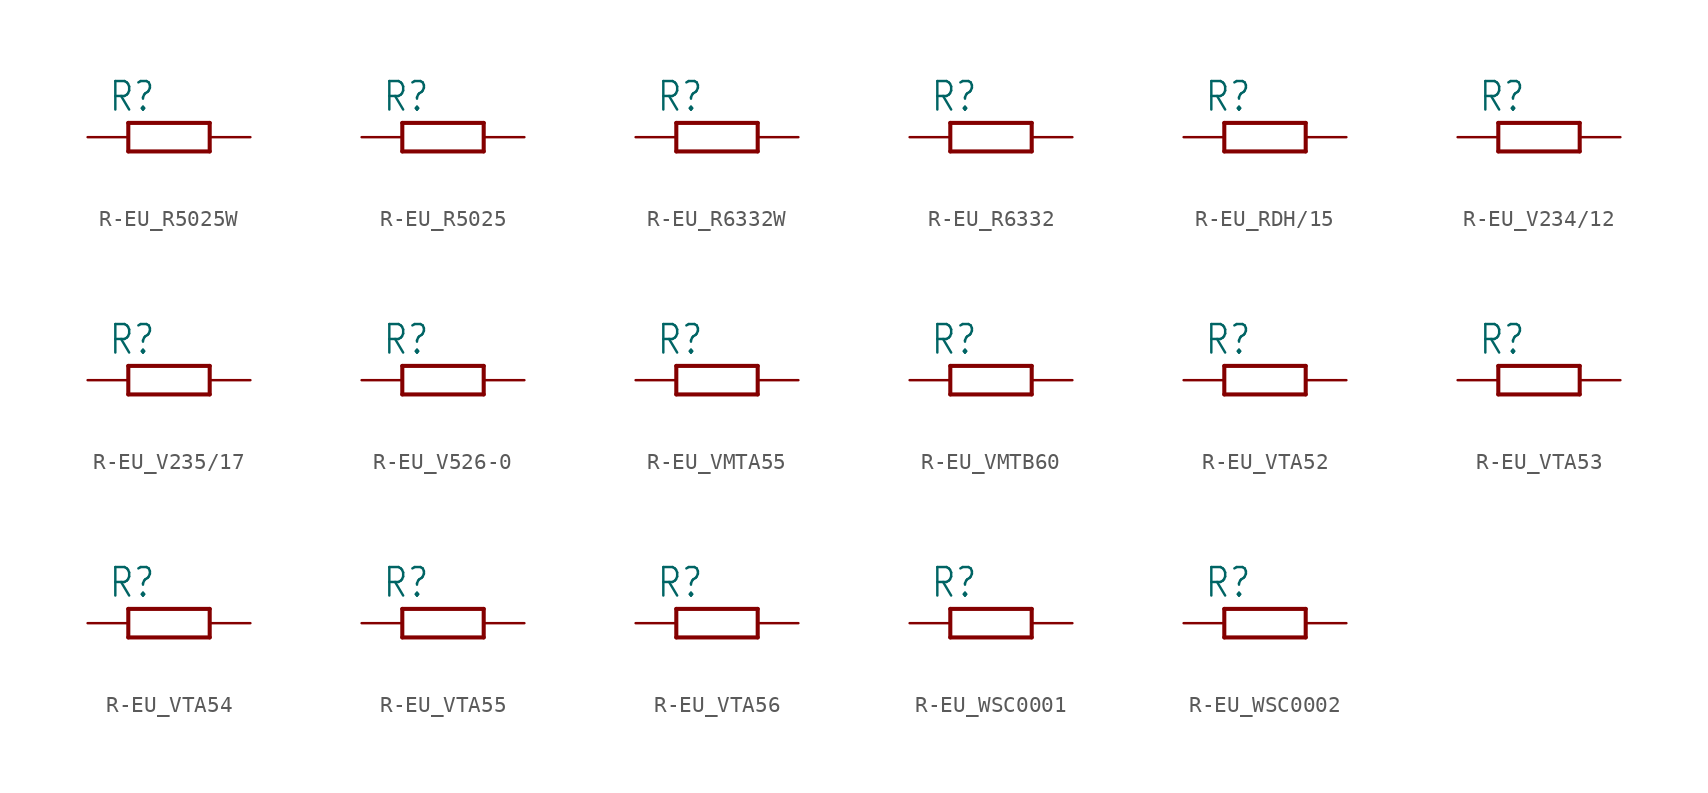
<source format=kicad_sym>
(kicad_symbol_lib
  (version 20231120)
  (generator "kicad_symbol_editor")
  (generator_version "8.0")
  (symbol "R-EU_R5025W"
    (property "Reference" "R"
      (at -3.81 1.499 0)
      (effects (font (size 1.778 1.511)) (justify left bottom)))
    (property "Value" ""
      (at -3.81 -3.302 0)
      (effects (font (size 1.778 1.511)) (justify left bottom)))
    (property "ki_locked" ""
      (at 0 0 0)
      (effects (font (size 1.27 1.27))))
    (symbol "R-EU_R5025W_1_0"
      (polyline (pts (xy -2.54 -0.889) (xy -2.54 0.889)) (stroke (width 0.254) (type solid)) (fill (type none)))
      (polyline (pts (xy -2.54 -0.889) (xy 2.54 -0.889)) (stroke (width 0.254) (type solid)) (fill (type none)))
      (polyline (pts (xy 2.54 -0.889) (xy 2.54 0.889)) (stroke (width 0.254) (type solid)) (fill (type none)))
      (polyline (pts (xy 2.54 0.889) (xy -2.54 0.889)) (stroke (width 0.254) (type solid)) (fill (type none)))
      (pin passive line (at -5.08 0 0) (length 2.54) (name "1" (effects (font (size 0 0)))) (number "1" (effects (font (size 0 0)))))
      (pin passive line (at 5.08 0 180) (length 2.54) (name "2" (effects (font (size 0 0)))) (number "2" (effects (font (size 0 0)))))))
  (symbol "R-EU_R5025"
    (property "Reference" "R"
      (at -3.81 1.499 0)
      (effects (font (size 1.778 1.511)) (justify left bottom)))
    (property "Value" ""
      (at -3.81 -3.302 0)
      (effects (font (size 1.778 1.511)) (justify left bottom)))
    (property "ki_locked" ""
      (at 0 0 0)
      (effects (font (size 1.27 1.27))))
    (symbol "R-EU_R5025_1_0"
      (polyline (pts (xy -2.54 -0.889) (xy -2.54 0.889)) (stroke (width 0.254) (type solid)) (fill (type none)))
      (polyline (pts (xy -2.54 -0.889) (xy 2.54 -0.889)) (stroke (width 0.254) (type solid)) (fill (type none)))
      (polyline (pts (xy 2.54 -0.889) (xy 2.54 0.889)) (stroke (width 0.254) (type solid)) (fill (type none)))
      (polyline (pts (xy 2.54 0.889) (xy -2.54 0.889)) (stroke (width 0.254) (type solid)) (fill (type none)))
      (pin passive line (at -5.08 0 0) (length 2.54) (name "1" (effects (font (size 0 0)))) (number "1" (effects (font (size 0 0)))))
      (pin passive line (at 5.08 0 180) (length 2.54) (name "2" (effects (font (size 0 0)))) (number "2" (effects (font (size 0 0)))))))
  (symbol "R-EU_R6332W"
    (property "Reference" "R"
      (at -3.81 1.499 0)
      (effects (font (size 1.778 1.511)) (justify left bottom)))
    (property "Value" ""
      (at -3.81 -3.302 0)
      (effects (font (size 1.778 1.511)) (justify left bottom)))
    (property "ki_locked" ""
      (at 0 0 0)
      (effects (font (size 1.27 1.27))))
    (symbol "R-EU_R6332W_1_0"
      (polyline (pts (xy -2.54 -0.889) (xy -2.54 0.889)) (stroke (width 0.254) (type solid)) (fill (type none)))
      (polyline (pts (xy -2.54 -0.889) (xy 2.54 -0.889)) (stroke (width 0.254) (type solid)) (fill (type none)))
      (polyline (pts (xy 2.54 -0.889) (xy 2.54 0.889)) (stroke (width 0.254) (type solid)) (fill (type none)))
      (polyline (pts (xy 2.54 0.889) (xy -2.54 0.889)) (stroke (width 0.254) (type solid)) (fill (type none)))
      (pin passive line (at -5.08 0 0) (length 2.54) (name "1" (effects (font (size 0 0)))) (number "1" (effects (font (size 0 0)))))
      (pin passive line (at 5.08 0 180) (length 2.54) (name "2" (effects (font (size 0 0)))) (number "2" (effects (font (size 0 0)))))))
  (symbol "R-EU_R6332"
    (property "Reference" "R"
      (at -3.81 1.499 0)
      (effects (font (size 1.778 1.511)) (justify left bottom)))
    (property "Value" ""
      (at -3.81 -3.302 0)
      (effects (font (size 1.778 1.511)) (justify left bottom)))
    (property "ki_locked" ""
      (at 0 0 0)
      (effects (font (size 1.27 1.27))))
    (symbol "R-EU_R6332_1_0"
      (polyline (pts (xy -2.54 -0.889) (xy -2.54 0.889)) (stroke (width 0.254) (type solid)) (fill (type none)))
      (polyline (pts (xy -2.54 -0.889) (xy 2.54 -0.889)) (stroke (width 0.254) (type solid)) (fill (type none)))
      (polyline (pts (xy 2.54 -0.889) (xy 2.54 0.889)) (stroke (width 0.254) (type solid)) (fill (type none)))
      (polyline (pts (xy 2.54 0.889) (xy -2.54 0.889)) (stroke (width 0.254) (type solid)) (fill (type none)))
      (pin passive line (at -5.08 0 0) (length 2.54) (name "1" (effects (font (size 0 0)))) (number "1" (effects (font (size 0 0)))))
      (pin passive line (at 5.08 0 180) (length 2.54) (name "2" (effects (font (size 0 0)))) (number "2" (effects (font (size 0 0)))))))
  (symbol "R-EU_RDH/15"
    (property "Reference" "R"
      (at -3.81 1.499 0)
      (effects (font (size 1.778 1.511)) (justify left bottom)))
    (property "Value" ""
      (at -3.81 -3.302 0)
      (effects (font (size 1.778 1.511)) (justify left bottom)))
    (property "ki_locked" ""
      (at 0 0 0)
      (effects (font (size 1.27 1.27))))
    (symbol "R-EU_RDH/15_1_0"
      (polyline (pts (xy -2.54 -0.889) (xy -2.54 0.889)) (stroke (width 0.254) (type solid)) (fill (type none)))
      (polyline (pts (xy -2.54 -0.889) (xy 2.54 -0.889)) (stroke (width 0.254) (type solid)) (fill (type none)))
      (polyline (pts (xy 2.54 -0.889) (xy 2.54 0.889)) (stroke (width 0.254) (type solid)) (fill (type none)))
      (polyline (pts (xy 2.54 0.889) (xy -2.54 0.889)) (stroke (width 0.254) (type solid)) (fill (type none)))
      (pin passive line (at -5.08 0 0) (length 2.54) (name "1" (effects (font (size 0 0)))) (number "1" (effects (font (size 0 0)))))
      (pin passive line (at 5.08 0 180) (length 2.54) (name "2" (effects (font (size 0 0)))) (number "2" (effects (font (size 0 0)))))))
  (symbol "R-EU_V234/12"
    (property "Reference" "R"
      (at -3.81 1.499 0)
      (effects (font (size 1.778 1.511)) (justify left bottom)))
    (property "Value" ""
      (at -3.81 -3.302 0)
      (effects (font (size 1.778 1.511)) (justify left bottom)))
    (property "ki_locked" ""
      (at 0 0 0)
      (effects (font (size 1.27 1.27))))
    (symbol "R-EU_V234/12_1_0"
      (polyline (pts (xy -2.54 -0.889) (xy -2.54 0.889)) (stroke (width 0.254) (type solid)) (fill (type none)))
      (polyline (pts (xy -2.54 -0.889) (xy 2.54 -0.889)) (stroke (width 0.254) (type solid)) (fill (type none)))
      (polyline (pts (xy 2.54 -0.889) (xy 2.54 0.889)) (stroke (width 0.254) (type solid)) (fill (type none)))
      (polyline (pts (xy 2.54 0.889) (xy -2.54 0.889)) (stroke (width 0.254) (type solid)) (fill (type none)))
      (pin passive line (at -5.08 0 0) (length 2.54) (name "1" (effects (font (size 0 0)))) (number "1" (effects (font (size 0 0)))))
      (pin passive line (at 5.08 0 180) (length 2.54) (name "2" (effects (font (size 0 0)))) (number "2" (effects (font (size 0 0)))))))
  (symbol "R-EU_V235/17"
    (property "Reference" "R"
      (at -3.81 1.499 0)
      (effects (font (size 1.778 1.511)) (justify left bottom)))
    (property "Value" ""
      (at -3.81 -3.302 0)
      (effects (font (size 1.778 1.511)) (justify left bottom)))
    (property "ki_locked" ""
      (at 0 0 0)
      (effects (font (size 1.27 1.27))))
    (symbol "R-EU_V235/17_1_0"
      (polyline (pts (xy -2.54 -0.889) (xy -2.54 0.889)) (stroke (width 0.254) (type solid)) (fill (type none)))
      (polyline (pts (xy -2.54 -0.889) (xy 2.54 -0.889)) (stroke (width 0.254) (type solid)) (fill (type none)))
      (polyline (pts (xy 2.54 -0.889) (xy 2.54 0.889)) (stroke (width 0.254) (type solid)) (fill (type none)))
      (polyline (pts (xy 2.54 0.889) (xy -2.54 0.889)) (stroke (width 0.254) (type solid)) (fill (type none)))
      (pin passive line (at -5.08 0 0) (length 2.54) (name "1" (effects (font (size 0 0)))) (number "1" (effects (font (size 0 0)))))
      (pin passive line (at 5.08 0 180) (length 2.54) (name "2" (effects (font (size 0 0)))) (number "2" (effects (font (size 0 0)))))))
  (symbol "R-EU_V526-0"
    (property "Reference" "R"
      (at -3.81 1.499 0)
      (effects (font (size 1.778 1.511)) (justify left bottom)))
    (property "Value" ""
      (at -3.81 -3.302 0)
      (effects (font (size 1.778 1.511)) (justify left bottom)))
    (property "ki_locked" ""
      (at 0 0 0)
      (effects (font (size 1.27 1.27))))
    (symbol "R-EU_V526-0_1_0"
      (polyline (pts (xy -2.54 -0.889) (xy -2.54 0.889)) (stroke (width 0.254) (type solid)) (fill (type none)))
      (polyline (pts (xy -2.54 -0.889) (xy 2.54 -0.889)) (stroke (width 0.254) (type solid)) (fill (type none)))
      (polyline (pts (xy 2.54 -0.889) (xy 2.54 0.889)) (stroke (width 0.254) (type solid)) (fill (type none)))
      (polyline (pts (xy 2.54 0.889) (xy -2.54 0.889)) (stroke (width 0.254) (type solid)) (fill (type none)))
      (pin passive line (at -5.08 0 0) (length 2.54) (name "1" (effects (font (size 0 0)))) (number "1" (effects (font (size 0 0)))))
      (pin passive line (at 5.08 0 180) (length 2.54) (name "2" (effects (font (size 0 0)))) (number "2" (effects (font (size 0 0)))))))
  (symbol "R-EU_VMTA55"
    (property "Reference" "R"
      (at -3.81 1.499 0)
      (effects (font (size 1.778 1.511)) (justify left bottom)))
    (property "Value" ""
      (at -3.81 -3.302 0)
      (effects (font (size 1.778 1.511)) (justify left bottom)))
    (property "ki_locked" ""
      (at 0 0 0)
      (effects (font (size 1.27 1.27))))
    (symbol "R-EU_VMTA55_1_0"
      (polyline (pts (xy -2.54 -0.889) (xy -2.54 0.889)) (stroke (width 0.254) (type solid)) (fill (type none)))
      (polyline (pts (xy -2.54 -0.889) (xy 2.54 -0.889)) (stroke (width 0.254) (type solid)) (fill (type none)))
      (polyline (pts (xy 2.54 -0.889) (xy 2.54 0.889)) (stroke (width 0.254) (type solid)) (fill (type none)))
      (polyline (pts (xy 2.54 0.889) (xy -2.54 0.889)) (stroke (width 0.254) (type solid)) (fill (type none)))
      (pin passive line (at -5.08 0 0) (length 2.54) (name "1" (effects (font (size 0 0)))) (number "1" (effects (font (size 0 0)))))
      (pin passive line (at 5.08 0 180) (length 2.54) (name "2" (effects (font (size 0 0)))) (number "2" (effects (font (size 0 0)))))))
  (symbol "R-EU_VMTB60"
    (property "Reference" "R"
      (at -3.81 1.499 0)
      (effects (font (size 1.778 1.511)) (justify left bottom)))
    (property "Value" ""
      (at -3.81 -3.302 0)
      (effects (font (size 1.778 1.511)) (justify left bottom)))
    (property "ki_locked" ""
      (at 0 0 0)
      (effects (font (size 1.27 1.27))))
    (symbol "R-EU_VMTB60_1_0"
      (polyline (pts (xy -2.54 -0.889) (xy -2.54 0.889)) (stroke (width 0.254) (type solid)) (fill (type none)))
      (polyline (pts (xy -2.54 -0.889) (xy 2.54 -0.889)) (stroke (width 0.254) (type solid)) (fill (type none)))
      (polyline (pts (xy 2.54 -0.889) (xy 2.54 0.889)) (stroke (width 0.254) (type solid)) (fill (type none)))
      (polyline (pts (xy 2.54 0.889) (xy -2.54 0.889)) (stroke (width 0.254) (type solid)) (fill (type none)))
      (pin passive line (at -5.08 0 0) (length 2.54) (name "1" (effects (font (size 0 0)))) (number "1" (effects (font (size 0 0)))))
      (pin passive line (at 5.08 0 180) (length 2.54) (name "2" (effects (font (size 0 0)))) (number "2" (effects (font (size 0 0)))))))
  (symbol "R-EU_VTA52"
    (property "Reference" "R"
      (at -3.81 1.499 0)
      (effects (font (size 1.778 1.511)) (justify left bottom)))
    (property "Value" ""
      (at -3.81 -3.302 0)
      (effects (font (size 1.778 1.511)) (justify left bottom)))
    (property "ki_locked" ""
      (at 0 0 0)
      (effects (font (size 1.27 1.27))))
    (symbol "R-EU_VTA52_1_0"
      (polyline (pts (xy -2.54 -0.889) (xy -2.54 0.889)) (stroke (width 0.254) (type solid)) (fill (type none)))
      (polyline (pts (xy -2.54 -0.889) (xy 2.54 -0.889)) (stroke (width 0.254) (type solid)) (fill (type none)))
      (polyline (pts (xy 2.54 -0.889) (xy 2.54 0.889)) (stroke (width 0.254) (type solid)) (fill (type none)))
      (polyline (pts (xy 2.54 0.889) (xy -2.54 0.889)) (stroke (width 0.254) (type solid)) (fill (type none)))
      (pin passive line (at -5.08 0 0) (length 2.54) (name "1" (effects (font (size 0 0)))) (number "1" (effects (font (size 0 0)))))
      (pin passive line (at 5.08 0 180) (length 2.54) (name "2" (effects (font (size 0 0)))) (number "2" (effects (font (size 0 0)))))))
  (symbol "R-EU_VTA53"
    (property "Reference" "R"
      (at -3.81 1.499 0)
      (effects (font (size 1.778 1.511)) (justify left bottom)))
    (property "Value" ""
      (at -3.81 -3.302 0)
      (effects (font (size 1.778 1.511)) (justify left bottom)))
    (property "ki_locked" ""
      (at 0 0 0)
      (effects (font (size 1.27 1.27))))
    (symbol "R-EU_VTA53_1_0"
      (polyline (pts (xy -2.54 -0.889) (xy -2.54 0.889)) (stroke (width 0.254) (type solid)) (fill (type none)))
      (polyline (pts (xy -2.54 -0.889) (xy 2.54 -0.889)) (stroke (width 0.254) (type solid)) (fill (type none)))
      (polyline (pts (xy 2.54 -0.889) (xy 2.54 0.889)) (stroke (width 0.254) (type solid)) (fill (type none)))
      (polyline (pts (xy 2.54 0.889) (xy -2.54 0.889)) (stroke (width 0.254) (type solid)) (fill (type none)))
      (pin passive line (at -5.08 0 0) (length 2.54) (name "1" (effects (font (size 0 0)))) (number "1" (effects (font (size 0 0)))))
      (pin passive line (at 5.08 0 180) (length 2.54) (name "2" (effects (font (size 0 0)))) (number "2" (effects (font (size 0 0)))))))
  (symbol "R-EU_VTA54"
    (property "Reference" "R"
      (at -3.81 1.499 0)
      (effects (font (size 1.778 1.511)) (justify left bottom)))
    (property "Value" ""
      (at -3.81 -3.302 0)
      (effects (font (size 1.778 1.511)) (justify left bottom)))
    (property "ki_locked" ""
      (at 0 0 0)
      (effects (font (size 1.27 1.27))))
    (symbol "R-EU_VTA54_1_0"
      (polyline (pts (xy -2.54 -0.889) (xy -2.54 0.889)) (stroke (width 0.254) (type solid)) (fill (type none)))
      (polyline (pts (xy -2.54 -0.889) (xy 2.54 -0.889)) (stroke (width 0.254) (type solid)) (fill (type none)))
      (polyline (pts (xy 2.54 -0.889) (xy 2.54 0.889)) (stroke (width 0.254) (type solid)) (fill (type none)))
      (polyline (pts (xy 2.54 0.889) (xy -2.54 0.889)) (stroke (width 0.254) (type solid)) (fill (type none)))
      (pin passive line (at -5.08 0 0) (length 2.54) (name "1" (effects (font (size 0 0)))) (number "1" (effects (font (size 0 0)))))
      (pin passive line (at 5.08 0 180) (length 2.54) (name "2" (effects (font (size 0 0)))) (number "2" (effects (font (size 0 0)))))))
  (symbol "R-EU_VTA55"
    (property "Reference" "R"
      (at -3.81 1.499 0)
      (effects (font (size 1.778 1.511)) (justify left bottom)))
    (property "Value" ""
      (at -3.81 -3.302 0)
      (effects (font (size 1.778 1.511)) (justify left bottom)))
    (property "ki_locked" ""
      (at 0 0 0)
      (effects (font (size 1.27 1.27))))
    (symbol "R-EU_VTA55_1_0"
      (polyline (pts (xy -2.54 -0.889) (xy -2.54 0.889)) (stroke (width 0.254) (type solid)) (fill (type none)))
      (polyline (pts (xy -2.54 -0.889) (xy 2.54 -0.889)) (stroke (width 0.254) (type solid)) (fill (type none)))
      (polyline (pts (xy 2.54 -0.889) (xy 2.54 0.889)) (stroke (width 0.254) (type solid)) (fill (type none)))
      (polyline (pts (xy 2.54 0.889) (xy -2.54 0.889)) (stroke (width 0.254) (type solid)) (fill (type none)))
      (pin passive line (at -5.08 0 0) (length 2.54) (name "1" (effects (font (size 0 0)))) (number "1" (effects (font (size 0 0)))))
      (pin passive line (at 5.08 0 180) (length 2.54) (name "2" (effects (font (size 0 0)))) (number "2" (effects (font (size 0 0)))))))
  (symbol "R-EU_VTA56"
    (property "Reference" "R"
      (at -3.81 1.499 0)
      (effects (font (size 1.778 1.511)) (justify left bottom)))
    (property "Value" ""
      (at -3.81 -3.302 0)
      (effects (font (size 1.778 1.511)) (justify left bottom)))
    (property "ki_locked" ""
      (at 0 0 0)
      (effects (font (size 1.27 1.27))))
    (symbol "R-EU_VTA56_1_0"
      (polyline (pts (xy -2.54 -0.889) (xy -2.54 0.889)) (stroke (width 0.254) (type solid)) (fill (type none)))
      (polyline (pts (xy -2.54 -0.889) (xy 2.54 -0.889)) (stroke (width 0.254) (type solid)) (fill (type none)))
      (polyline (pts (xy 2.54 -0.889) (xy 2.54 0.889)) (stroke (width 0.254) (type solid)) (fill (type none)))
      (polyline (pts (xy 2.54 0.889) (xy -2.54 0.889)) (stroke (width 0.254) (type solid)) (fill (type none)))
      (pin passive line (at -5.08 0 0) (length 2.54) (name "1" (effects (font (size 0 0)))) (number "1" (effects (font (size 0 0)))))
      (pin passive line (at 5.08 0 180) (length 2.54) (name "2" (effects (font (size 0 0)))) (number "2" (effects (font (size 0 0)))))))
  (symbol "R-EU_WSC0001"
    (property "Reference" "R"
      (at -3.81 1.499 0)
      (effects (font (size 1.778 1.511)) (justify left bottom)))
    (property "Value" ""
      (at -3.81 -3.302 0)
      (effects (font (size 1.778 1.511)) (justify left bottom)))
    (property "ki_locked" ""
      (at 0 0 0)
      (effects (font (size 1.27 1.27))))
    (symbol "R-EU_WSC0001_1_0"
      (polyline (pts (xy -2.54 -0.889) (xy -2.54 0.889)) (stroke (width 0.254) (type solid)) (fill (type none)))
      (polyline (pts (xy -2.54 -0.889) (xy 2.54 -0.889)) (stroke (width 0.254) (type solid)) (fill (type none)))
      (polyline (pts (xy 2.54 -0.889) (xy 2.54 0.889)) (stroke (width 0.254) (type solid)) (fill (type none)))
      (polyline (pts (xy 2.54 0.889) (xy -2.54 0.889)) (stroke (width 0.254) (type solid)) (fill (type none)))
      (pin passive line (at -5.08 0 0) (length 2.54) (name "1" (effects (font (size 0 0)))) (number "1" (effects (font (size 0 0)))))
      (pin passive line (at 5.08 0 180) (length 2.54) (name "2" (effects (font (size 0 0)))) (number "2" (effects (font (size 0 0)))))))
  (symbol "R-EU_WSC0002"
    (property "Reference" "R"
      (at -3.81 1.499 0)
      (effects (font (size 1.778 1.511)) (justify left bottom)))
    (property "Value" ""
      (at -3.81 -3.302 0)
      (effects (font (size 1.778 1.511)) (justify left bottom)))
    (property "ki_locked" ""
      (at 0 0 0)
      (effects (font (size 1.27 1.27))))
    (symbol "R-EU_WSC0002_1_0"
      (polyline (pts (xy -2.54 -0.889) (xy -2.54 0.889)) (stroke (width 0.254) (type solid)) (fill (type none)))
      (polyline (pts (xy -2.54 -0.889) (xy 2.54 -0.889)) (stroke (width 0.254) (type solid)) (fill (type none)))
      (polyline (pts (xy 2.54 -0.889) (xy 2.54 0.889)) (stroke (width 0.254) (type solid)) (fill (type none)))
      (polyline (pts (xy 2.54 0.889) (xy -2.54 0.889)) (stroke (width 0.254) (type solid)) (fill (type none)))
      (pin passive line (at -5.08 0 0) (length 2.54) (name "1" (effects (font (size 0 0)))) (number "1" (effects (font (size 0 0)))))
      (pin passive line (at 5.08 0 180) (length 2.54) (name "2" (effects (font (size 0 0)))) (number "2" (effects (font (size 0 0))))))))
</source>
